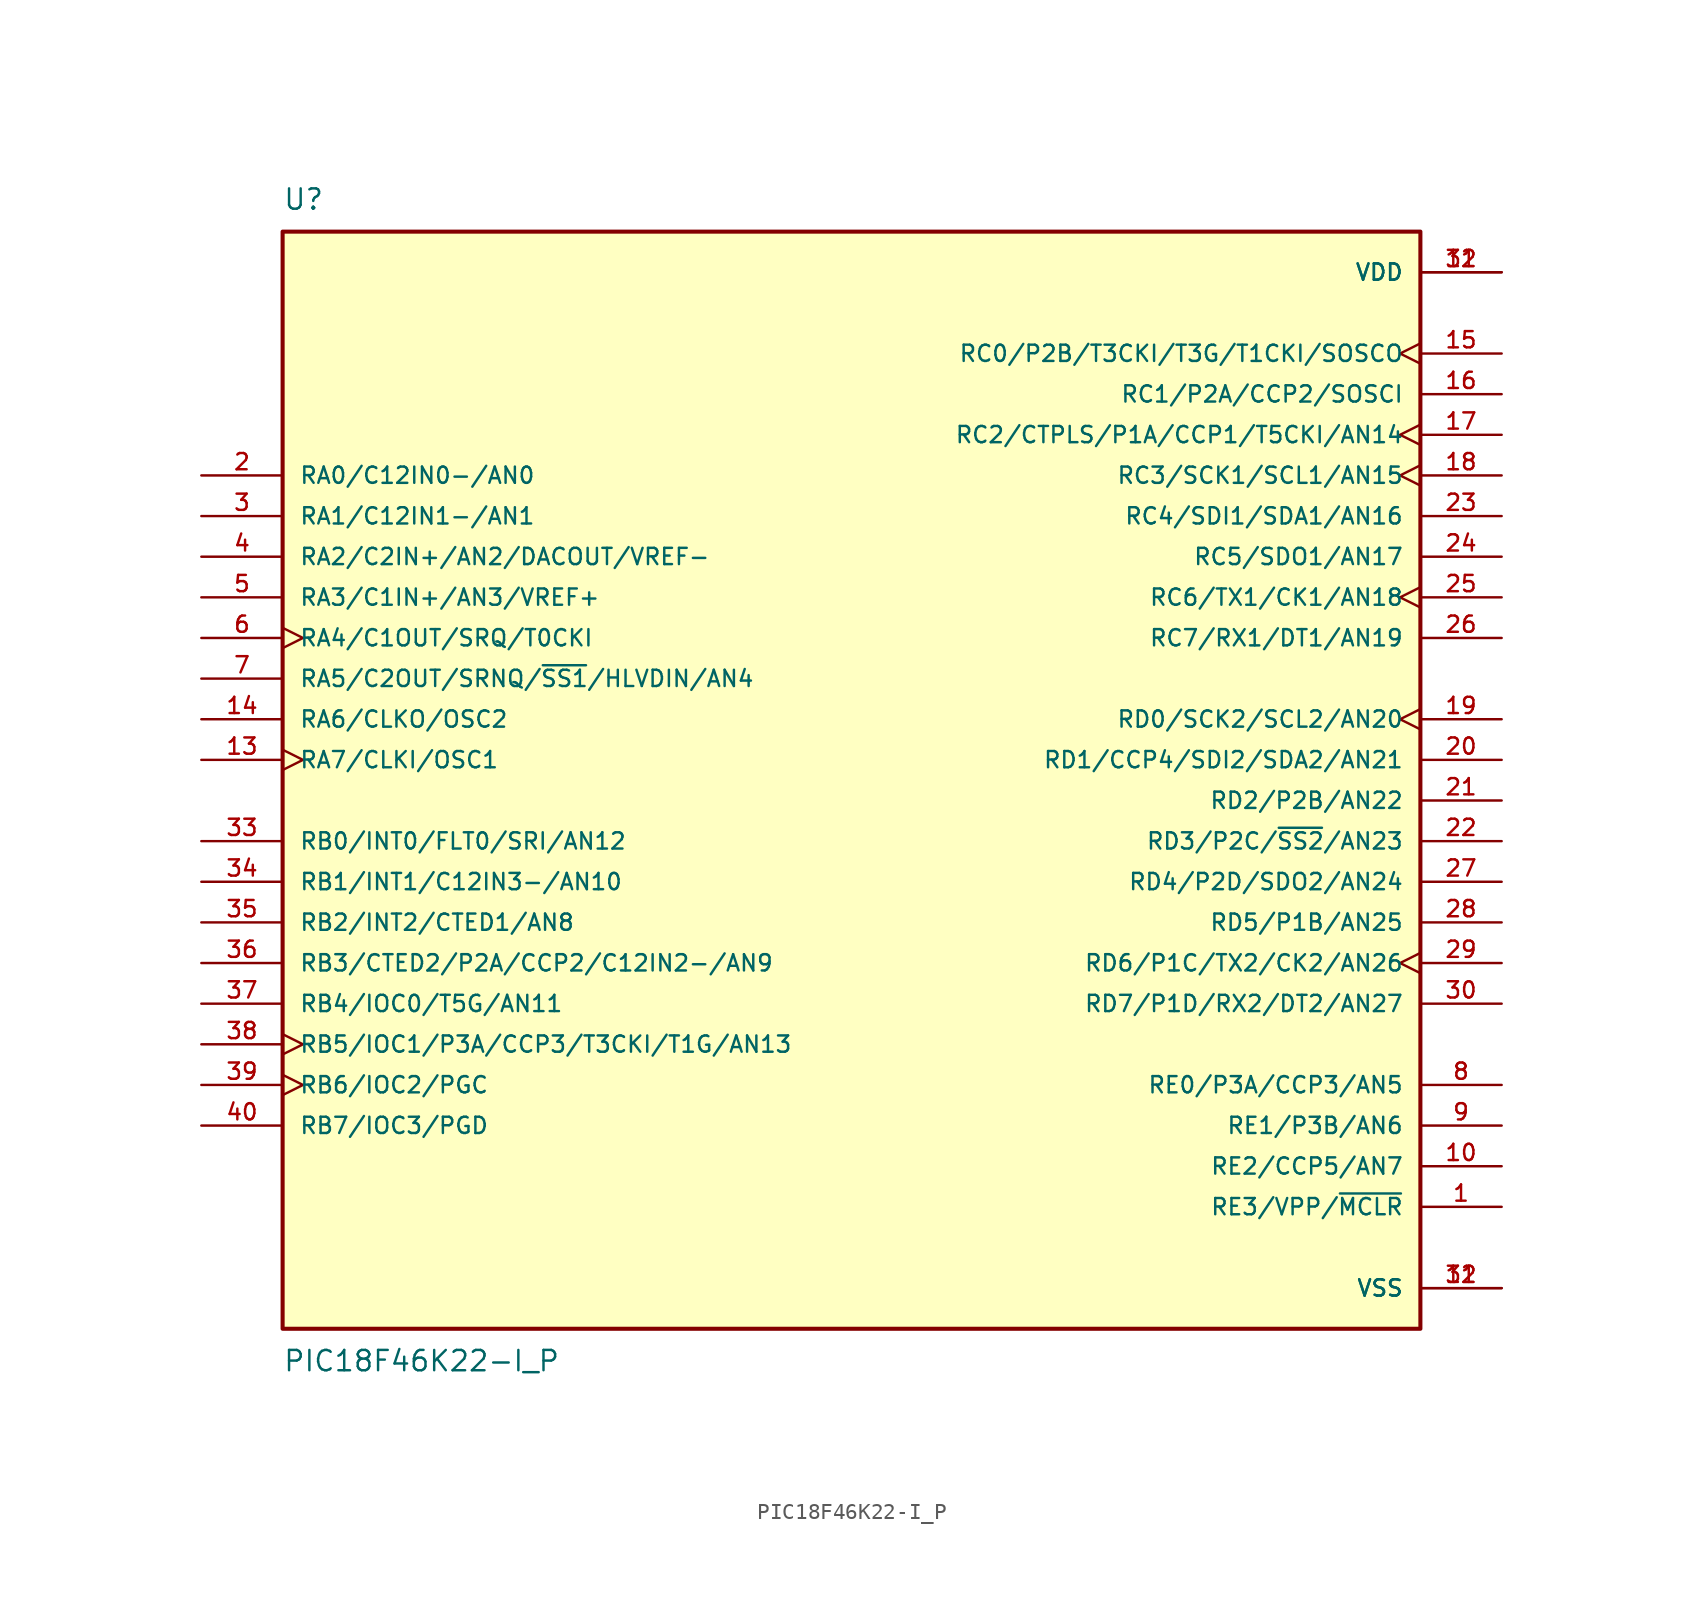
<source format=kicad_sym>
(kicad_symbol_lib
  (version 20211014)
  (generator kicad_symbol_editor)
  (symbol "PIC18F46K22-I_P"
    (pin_names
      (offset 1.016))
    (property "Reference" "U"
      (at -35.56 34.29 0)
      (effects (font (size 1.27 1.27)) (justify bottom left)))
    (property "Value" "PIC18F46K22-I_P"
      (at -35.56 -36.83 0.0)
      (effects (font (size 1.27 1.27)) (justify top left)))
    (symbol "PIC18F46K22-I_P_0_0"
      (rectangle (start -35.56 -35.56) (end 35.56 33.02) (stroke (width 0.254)) (fill (type background)))
      (pin power_in line (at 40.64 30.48 180.0) (length 5.08) (name "VDD" (effects (font (size 1.016 1.016)))) (number "11" (effects (font (size 1.016 1.016)))))
      (pin power_in line (at 40.64 30.48 180.0) (length 5.08) (name "VDD" (effects (font (size 1.016 1.016)))) (number "32" (effects (font (size 1.016 1.016)))))
      (pin power_in line (at 40.64 -33.02 180.0) (length 5.08) (name "VSS" (effects (font (size 1.016 1.016)))) (number "12" (effects (font (size 1.016 1.016)))))
      (pin power_in line (at 40.64 -33.02 180.0) (length 5.08) (name "VSS" (effects (font (size 1.016 1.016)))) (number "31" (effects (font (size 1.016 1.016)))))
      (pin bidirectional line (at -40.64 17.78 0) (length 5.08) (name "RA0/C12IN0-/AN0" (effects (font (size 1.016 1.016)))) (number "2" (effects (font (size 1.016 1.016)))))
      (pin bidirectional line (at -40.64 15.24 0) (length 5.08) (name "RA1/C12IN1-/AN1" (effects (font (size 1.016 1.016)))) (number "3" (effects (font (size 1.016 1.016)))))
      (pin bidirectional line (at -40.64 12.7 0) (length 5.08) (name "RA2/C2IN+/AN2/DACOUT/VREF-" (effects (font (size 1.016 1.016)))) (number "4" (effects (font (size 1.016 1.016)))))
      (pin bidirectional line (at -40.64 10.16 0) (length 5.08) (name "RA3/C1IN+/AN3/VREF+" (effects (font (size 1.016 1.016)))) (number "5" (effects (font (size 1.016 1.016)))))
      (pin bidirectional clock (at -40.64 7.62 0) (length 5.08) (name "RA4/C1OUT/SRQ/T0CKI" (effects (font (size 1.016 1.016)))) (number "6" (effects (font (size 1.016 1.016)))))
      (pin bidirectional line (at -40.64 5.08 0) (length 5.08) (name "RA5/C2OUT/SRNQ/~{SS1}/HLVDIN/AN4" (effects (font (size 1.016 1.016)))) (number "7" (effects (font (size 1.016 1.016)))))
      (pin bidirectional line (at -40.64 2.54 0) (length 5.08) (name "RA6/CLKO/OSC2" (effects (font (size 1.016 1.016)))) (number "14" (effects (font (size 1.016 1.016)))))
      (pin bidirectional clock (at -40.64 0.0 0) (length 5.08) (name "RA7/CLKI/OSC1" (effects (font (size 1.016 1.016)))) (number "13" (effects (font (size 1.016 1.016)))))
      (pin bidirectional line (at -40.64 -5.08 0) (length 5.08) (name "RB0/INT0/FLT0/SRI/AN12" (effects (font (size 1.016 1.016)))) (number "33" (effects (font (size 1.016 1.016)))))
      (pin bidirectional line (at -40.64 -7.62 0) (length 5.08) (name "RB1/INT1/C12IN3-/AN10" (effects (font (size 1.016 1.016)))) (number "34" (effects (font (size 1.016 1.016)))))
      (pin bidirectional line (at -40.64 -10.16 0) (length 5.08) (name "RB2/INT2/CTED1/AN8" (effects (font (size 1.016 1.016)))) (number "35" (effects (font (size 1.016 1.016)))))
      (pin bidirectional line (at -40.64 -12.7 0) (length 5.08) (name "RB3/CTED2/P2A/CCP2/C12IN2-/AN9" (effects (font (size 1.016 1.016)))) (number "36" (effects (font (size 1.016 1.016)))))
      (pin bidirectional line (at -40.64 -15.24 0) (length 5.08) (name "RB4/IOC0/T5G/AN11" (effects (font (size 1.016 1.016)))) (number "37" (effects (font (size 1.016 1.016)))))
      (pin bidirectional clock (at -40.64 -17.78 0) (length 5.08) (name "RB5/IOC1/P3A/CCP3/T3CKI/T1G/AN13" (effects (font (size 1.016 1.016)))) (number "38" (effects (font (size 1.016 1.016)))))
      (pin bidirectional clock (at -40.64 -20.32 0) (length 5.08) (name "RB6/IOC2/PGC" (effects (font (size 1.016 1.016)))) (number "39" (effects (font (size 1.016 1.016)))))
      (pin bidirectional line (at -40.64 -22.86 0) (length 5.08) (name "RB7/IOC3/PGD" (effects (font (size 1.016 1.016)))) (number "40" (effects (font (size 1.016 1.016)))))
      (pin bidirectional clock (at 40.64 25.4 180.0) (length 5.08) (name "RC0/P2B/T3CKI/T3G/T1CKI/SOSCO" (effects (font (size 1.016 1.016)))) (number "15" (effects (font (size 1.016 1.016)))))
      (pin bidirectional line (at 40.64 22.86 180.0) (length 5.08) (name "RC1/P2A/CCP2/SOSCI" (effects (font (size 1.016 1.016)))) (number "16" (effects (font (size 1.016 1.016)))))
      (pin bidirectional clock (at 40.64 20.32 180.0) (length 5.08) (name "RC2/CTPLS/P1A/CCP1/T5CKI/AN14" (effects (font (size 1.016 1.016)))) (number "17" (effects (font (size 1.016 1.016)))))
      (pin bidirectional clock (at 40.64 17.78 180.0) (length 5.08) (name "RC3/SCK1/SCL1/AN15" (effects (font (size 1.016 1.016)))) (number "18" (effects (font (size 1.016 1.016)))))
      (pin bidirectional line (at 40.64 15.24 180.0) (length 5.08) (name "RC4/SDI1/SDA1/AN16" (effects (font (size 1.016 1.016)))) (number "23" (effects (font (size 1.016 1.016)))))
      (pin bidirectional line (at 40.64 12.7 180.0) (length 5.08) (name "RC5/SDO1/AN17" (effects (font (size 1.016 1.016)))) (number "24" (effects (font (size 1.016 1.016)))))
      (pin bidirectional clock (at 40.64 10.16 180.0) (length 5.08) (name "RC6/TX1/CK1/AN18" (effects (font (size 1.016 1.016)))) (number "25" (effects (font (size 1.016 1.016)))))
      (pin bidirectional line (at 40.64 7.62 180.0) (length 5.08) (name "RC7/RX1/DT1/AN19" (effects (font (size 1.016 1.016)))) (number "26" (effects (font (size 1.016 1.016)))))
      (pin bidirectional clock (at 40.64 2.54 180.0) (length 5.08) (name "RD0/SCK2/SCL2/AN20" (effects (font (size 1.016 1.016)))) (number "19" (effects (font (size 1.016 1.016)))))
      (pin bidirectional line (at 40.64 0.0 180.0) (length 5.08) (name "RD1/CCP4/SDI2/SDA2/AN21" (effects (font (size 1.016 1.016)))) (number "20" (effects (font (size 1.016 1.016)))))
      (pin bidirectional line (at 40.64 -2.54 180.0) (length 5.08) (name "RD2/P2B/AN22" (effects (font (size 1.016 1.016)))) (number "21" (effects (font (size 1.016 1.016)))))
      (pin bidirectional line (at 40.64 -5.08 180.0) (length 5.08) (name "RD3/P2C/~{SS2}/AN23" (effects (font (size 1.016 1.016)))) (number "22" (effects (font (size 1.016 1.016)))))
      (pin bidirectional line (at 40.64 -7.62 180.0) (length 5.08) (name "RD4/P2D/SDO2/AN24" (effects (font (size 1.016 1.016)))) (number "27" (effects (font (size 1.016 1.016)))))
      (pin bidirectional line (at 40.64 -10.16 180.0) (length 5.08) (name "RD5/P1B/AN25" (effects (font (size 1.016 1.016)))) (number "28" (effects (font (size 1.016 1.016)))))
      (pin bidirectional clock (at 40.64 -12.7 180.0) (length 5.08) (name "RD6/P1C/TX2/CK2/AN26" (effects (font (size 1.016 1.016)))) (number "29" (effects (font (size 1.016 1.016)))))
      (pin bidirectional line (at 40.64 -15.24 180.0) (length 5.08) (name "RD7/P1D/RX2/DT2/AN27" (effects (font (size 1.016 1.016)))) (number "30" (effects (font (size 1.016 1.016)))))
      (pin bidirectional line (at 40.64 -20.32 180.0) (length 5.08) (name "RE0/P3A/CCP3/AN5" (effects (font (size 1.016 1.016)))) (number "8" (effects (font (size 1.016 1.016)))))
      (pin bidirectional line (at 40.64 -22.86 180.0) (length 5.08) (name "RE1/P3B/AN6" (effects (font (size 1.016 1.016)))) (number "9" (effects (font (size 1.016 1.016)))))
      (pin bidirectional line (at 40.64 -25.4 180.0) (length 5.08) (name "RE2/CCP5/AN7" (effects (font (size 1.016 1.016)))) (number "10" (effects (font (size 1.016 1.016)))))
      (pin bidirectional line (at 40.64 -27.94 180.0) (length 5.08) (name "RE3/VPP/~{MCLR}" (effects (font (size 1.016 1.016)))) (number "1" (effects (font (size 1.016 1.016))))))))
</source>
